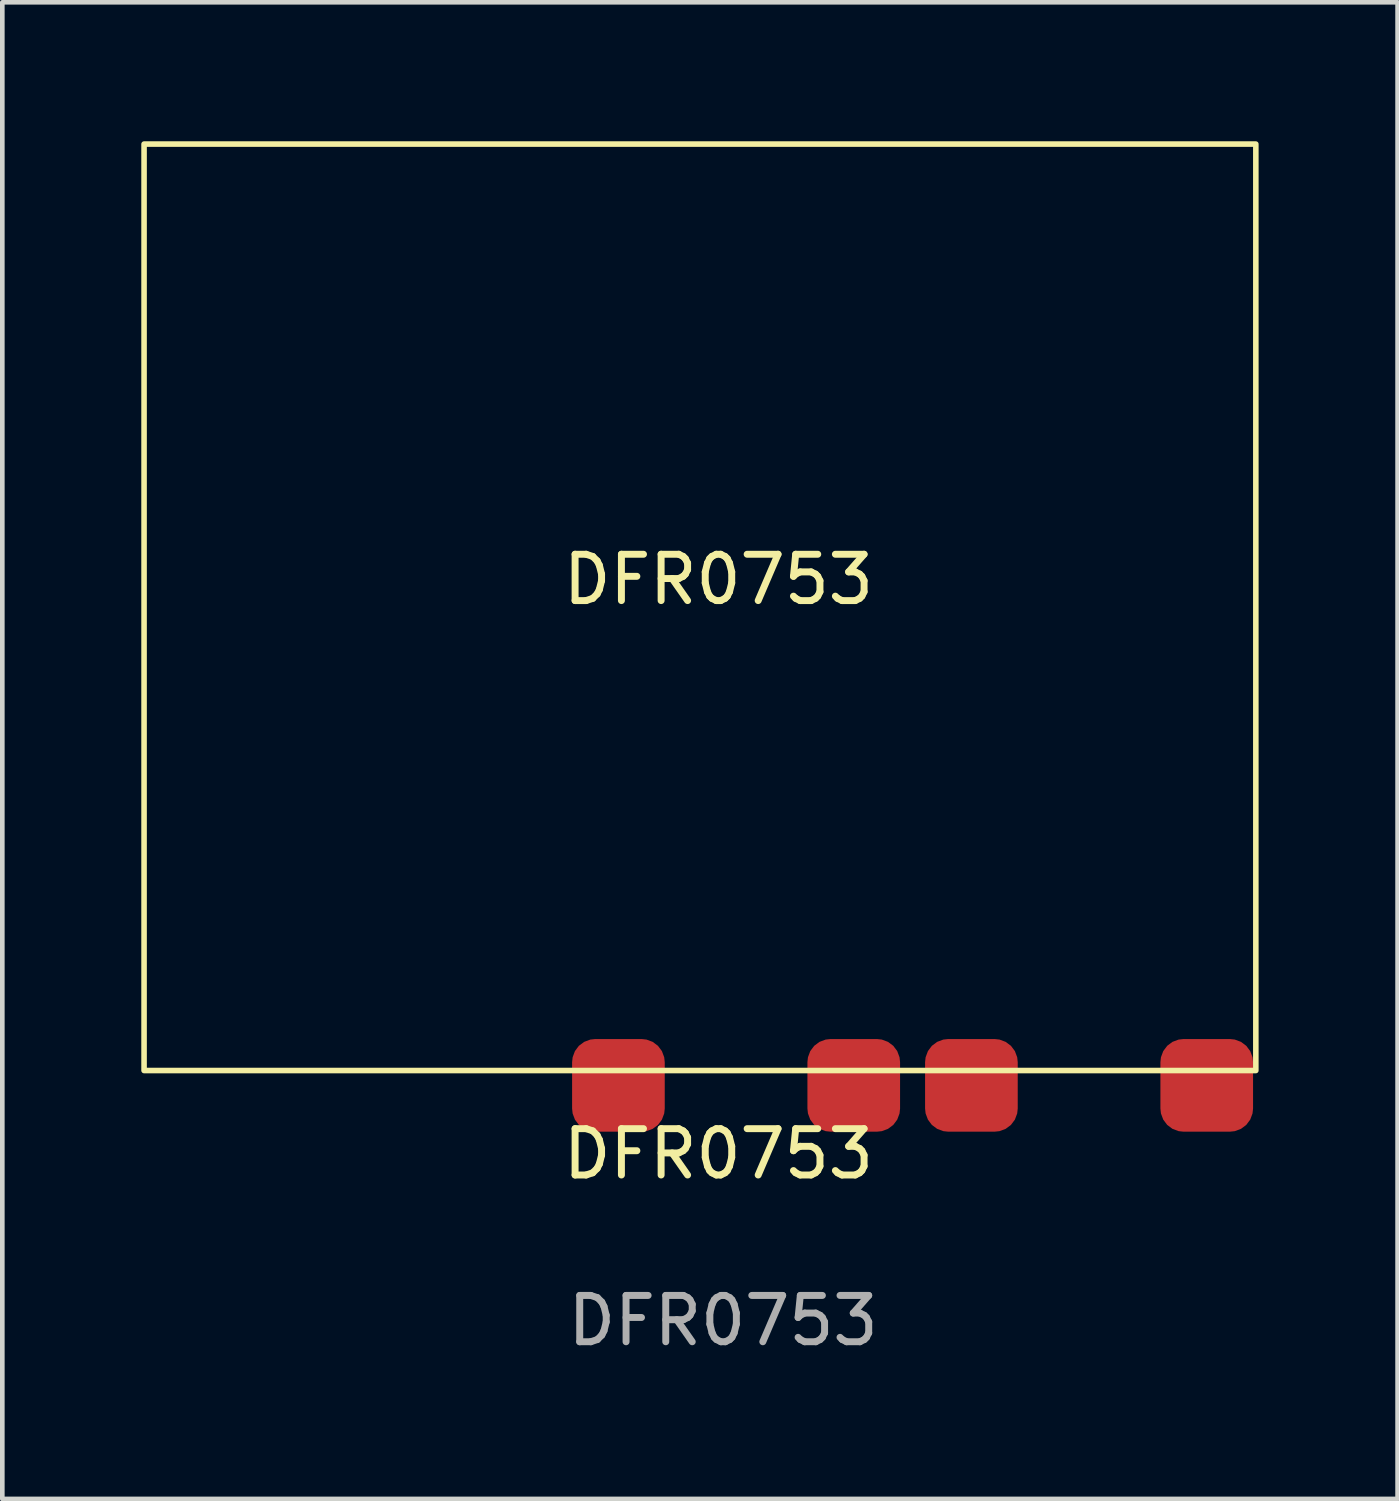
<source format=kicad_pcb>
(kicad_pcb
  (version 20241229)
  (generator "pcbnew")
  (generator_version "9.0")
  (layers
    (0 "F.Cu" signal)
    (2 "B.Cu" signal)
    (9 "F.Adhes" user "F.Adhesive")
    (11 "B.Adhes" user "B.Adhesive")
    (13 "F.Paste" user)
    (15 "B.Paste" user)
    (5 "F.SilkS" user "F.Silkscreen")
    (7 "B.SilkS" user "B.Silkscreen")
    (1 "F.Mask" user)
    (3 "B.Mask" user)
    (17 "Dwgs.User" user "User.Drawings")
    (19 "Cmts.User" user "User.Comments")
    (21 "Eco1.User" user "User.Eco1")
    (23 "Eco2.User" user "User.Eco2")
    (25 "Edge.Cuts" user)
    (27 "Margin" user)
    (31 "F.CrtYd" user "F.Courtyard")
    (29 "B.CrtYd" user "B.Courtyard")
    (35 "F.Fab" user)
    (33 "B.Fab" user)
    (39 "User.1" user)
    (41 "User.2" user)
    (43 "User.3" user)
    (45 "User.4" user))
  (footprint "DFR0753"
    (layer "F.Cu")
    (at 12.46 9.46)
    (property "Reference" "DFR0753" (at 0 12.4 0) (unlocked yes) (layer "F.SilkS") (effects (font (size 1 1) (thickness 0.15))))
    (attr smd)
    (fp_rect (start 11.6 10.6) (end -12.4 -9.4) (stroke (width 0.12) (type solid)) (fill no) (layer "F.SilkS"))
    (fp_text user "DFR0753" (at 0 0 0) (unlocked yes) (layer "F.SilkS") (effects (font (size 1 1) (thickness 0.15))))
    (fp_text user "${REFERENCE}" (at 0.1 16 0) (unlocked yes) (layer "F.Fab") (effects (font (size 1 1) (thickness 0.15))))
    (pad "1" smd roundrect (at 10.54 10.92) (size 2 2) (layers "F.Cu" "F.Mask" "F.Paste") (roundrect_rratio 0.25))
    (pad "2" smd roundrect (at 5.46 10.92) (size 2 2) (layers "F.Cu" "F.Mask" "F.Paste") (roundrect_rratio 0.25))
    (pad "3" smd roundrect (at 2.92 10.92) (size 2 2) (layers "F.Cu" "F.Mask" "F.Paste") (roundrect_rratio 0.25))
    (pad "4" smd roundrect (at -2.16 10.92) (size 2 2) (layers "F.Cu" "F.Mask" "F.Paste") (roundrect_rratio 0.25)))
  (gr_rect
    (start -3 -3)
    (end 27.12 29.308)
    (stroke (width 0.1) (type default))
    (fill no)
    (layer "Edge.Cuts")))
</source>
